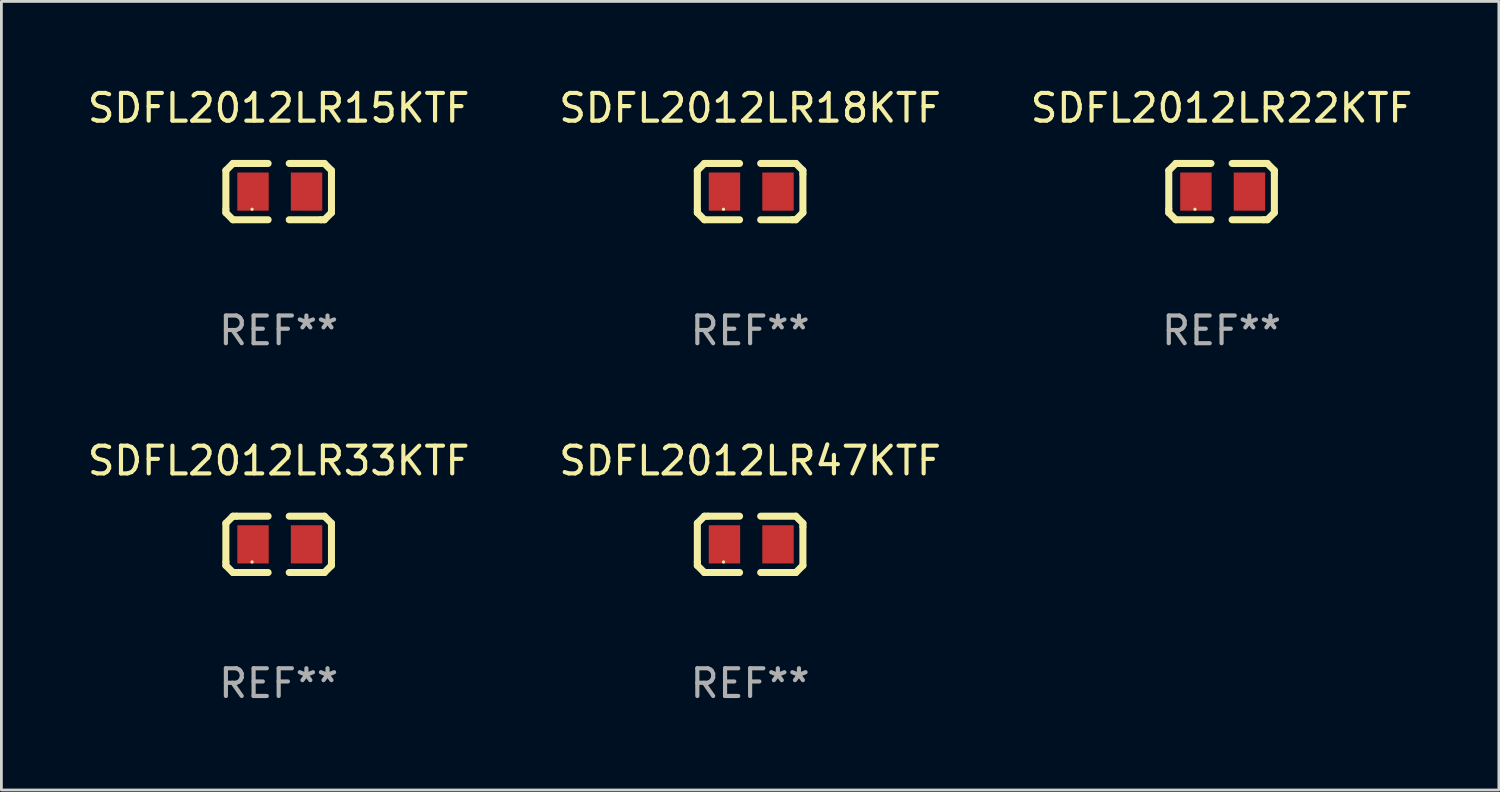
<source format=kicad_pcb>
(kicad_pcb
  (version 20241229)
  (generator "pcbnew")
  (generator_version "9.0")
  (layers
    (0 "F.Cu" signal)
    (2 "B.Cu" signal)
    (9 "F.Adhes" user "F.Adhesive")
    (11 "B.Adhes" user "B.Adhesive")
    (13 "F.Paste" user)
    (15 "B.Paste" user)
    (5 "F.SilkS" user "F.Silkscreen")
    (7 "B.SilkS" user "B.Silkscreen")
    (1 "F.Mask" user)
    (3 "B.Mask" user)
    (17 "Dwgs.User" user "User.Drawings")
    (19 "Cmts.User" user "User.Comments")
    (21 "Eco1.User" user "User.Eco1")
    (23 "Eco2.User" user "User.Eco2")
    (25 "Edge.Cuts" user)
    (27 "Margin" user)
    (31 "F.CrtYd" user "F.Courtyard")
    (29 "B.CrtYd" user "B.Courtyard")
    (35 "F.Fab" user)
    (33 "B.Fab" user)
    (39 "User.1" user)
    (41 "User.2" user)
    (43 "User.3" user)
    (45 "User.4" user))
  (footprint "SDFL2012LR18KTF"
    (layer "F.Cu")
    (at 24.018 3.864)
    (property "Reference" "SDFL2012LR18KTF" (at 0 -3.016 0) (layer "F.SilkS") (effects (font (size 1 1) (thickness 0.15))))
    (attr through_hole)
    (fp_line (start -1.905 -0.762) (end -1.905 0.635) (stroke (width 0.254) (type solid)) (layer "F.SilkS"))
    (fp_line (start -1.905 0.635) (end -1.905 0.762) (stroke (width 0.254) (type solid)) (layer "F.SilkS"))
    (fp_line (start -1.905 0.762) (end -1.651 1.016) (stroke (width 0.254) (type solid)) (layer "F.SilkS"))
    (fp_line (start -1.651 -1.016) (end -1.905 -0.762) (stroke (width 0.254) (type solid)) (layer "F.SilkS"))
    (fp_line (start -1.651 1.016) (end -0.381 1.016) (stroke (width 0.254) (type solid)) (layer "F.SilkS"))
    (fp_line (start -1.524 -1.016) (end -1.651 -1.016) (stroke (width 0.254) (type solid)) (layer "F.SilkS"))
    (fp_line (start -0.381 -1.016) (end -1.524 -1.016) (stroke (width 0.254) (type solid)) (layer "F.SilkS"))
    (fp_line (start 0.381 1.016) (end 1.524 1.016) (stroke (width 0.254) (type solid)) (layer "F.SilkS"))
    (fp_line (start 1.524 1.016) (end 1.651 1.016) (stroke (width 0.254) (type solid)) (layer "F.SilkS"))
    (fp_line (start 1.651 -1.016) (end 0.381 -1.016) (stroke (width 0.254) (type solid)) (layer "F.SilkS"))
    (fp_line (start 1.651 1.016) (end 1.905 0.762) (stroke (width 0.254) (type solid)) (layer "F.SilkS"))
    (fp_line (start 1.905 -0.762) (end 1.651 -1.016) (stroke (width 0.254) (type solid)) (layer "F.SilkS"))
    (fp_line (start 1.905 -0.635) (end 1.905 -0.762) (stroke (width 0.254) (type solid)) (layer "F.SilkS"))
    (fp_line (start 1.905 0.762) (end 1.905 -0.635) (stroke (width 0.254) (type solid)) (layer "F.SilkS"))
    (fp_circle (center -0.96 0.637) (end -0.93 0.637) (stroke (width 0.06) (type solid)) (fill no) (layer "F.SilkS"))
    (fp_text user "REF**" (at 0 5.016 0) (layer "F.Fab") (effects (font (size 1 1) (thickness 0.15))))
    (pad "1" smd rect (at -0.926 -0.000051) (size 1.133 1.377) (layers "F.Cu" "F.Mask" "F.Paste"))
    (pad "2" smd rect (at 1.006 -0.000051) (size 1.133 1.377) (layers "F.Cu" "F.Mask" "F.Paste")))
  (footprint "SDFL2012LR15KTF"
    (layer "F.Cu")
    (at 7.006 3.864)
    (property "Reference" "SDFL2012LR15KTF" (at 0 -3.016 0) (layer "F.SilkS") (effects (font (size 1 1) (thickness 0.15))))
    (attr through_hole)
    (fp_line (start -1.905 -0.762) (end -1.905 0.635) (stroke (width 0.254) (type solid)) (layer "F.SilkS"))
    (fp_line (start -1.905 0.635) (end -1.905 0.762) (stroke (width 0.254) (type solid)) (layer "F.SilkS"))
    (fp_line (start -1.905 0.762) (end -1.651 1.016) (stroke (width 0.254) (type solid)) (layer "F.SilkS"))
    (fp_line (start -1.651 -1.016) (end -1.905 -0.762) (stroke (width 0.254) (type solid)) (layer "F.SilkS"))
    (fp_line (start -1.651 1.016) (end -0.381 1.016) (stroke (width 0.254) (type solid)) (layer "F.SilkS"))
    (fp_line (start -1.524 -1.016) (end -1.651 -1.016) (stroke (width 0.254) (type solid)) (layer "F.SilkS"))
    (fp_line (start -0.381 -1.016) (end -1.524 -1.016) (stroke (width 0.254) (type solid)) (layer "F.SilkS"))
    (fp_line (start 0.381 1.016) (end 1.524 1.016) (stroke (width 0.254) (type solid)) (layer "F.SilkS"))
    (fp_line (start 1.524 1.016) (end 1.651 1.016) (stroke (width 0.254) (type solid)) (layer "F.SilkS"))
    (fp_line (start 1.651 -1.016) (end 0.381 -1.016) (stroke (width 0.254) (type solid)) (layer "F.SilkS"))
    (fp_line (start 1.651 1.016) (end 1.905 0.762) (stroke (width 0.254) (type solid)) (layer "F.SilkS"))
    (fp_line (start 1.905 -0.762) (end 1.651 -1.016) (stroke (width 0.254) (type solid)) (layer "F.SilkS"))
    (fp_line (start 1.905 -0.635) (end 1.905 -0.762) (stroke (width 0.254) (type solid)) (layer "F.SilkS"))
    (fp_line (start 1.905 0.762) (end 1.905 -0.635) (stroke (width 0.254) (type solid)) (layer "F.SilkS"))
    (fp_circle (center -0.96 0.637) (end -0.93 0.637) (stroke (width 0.06) (type solid)) (fill no) (layer "F.SilkS"))
    (fp_text user "REF**" (at 0 5.016 0) (layer "F.Fab") (effects (font (size 1 1) (thickness 0.15))))
    (pad "1" smd rect (at -0.926 -0.000051) (size 1.133 1.377) (layers "F.Cu" "F.Mask" "F.Paste"))
    (pad "2" smd rect (at 1.006 -0.000051) (size 1.133 1.377) (layers "F.Cu" "F.Mask" "F.Paste")))
  (footprint "SDFL2012LR47KTF"
    (layer "F.Cu")
    (at 24.018 16.593)
    (property "Reference" "SDFL2012LR47KTF" (at 0 -3.016 0) (layer "F.SilkS") (effects (font (size 1 1) (thickness 0.15))))
    (attr through_hole)
    (fp_line (start -1.905 -0.762) (end -1.905 0.635) (stroke (width 0.254) (type solid)) (layer "F.SilkS"))
    (fp_line (start -1.905 0.635) (end -1.905 0.762) (stroke (width 0.254) (type solid)) (layer "F.SilkS"))
    (fp_line (start -1.905 0.762) (end -1.651 1.016) (stroke (width 0.254) (type solid)) (layer "F.SilkS"))
    (fp_line (start -1.651 -1.016) (end -1.905 -0.762) (stroke (width 0.254) (type solid)) (layer "F.SilkS"))
    (fp_line (start -1.651 1.016) (end -0.381 1.016) (stroke (width 0.254) (type solid)) (layer "F.SilkS"))
    (fp_line (start -1.524 -1.016) (end -1.651 -1.016) (stroke (width 0.254) (type solid)) (layer "F.SilkS"))
    (fp_line (start -0.381 -1.016) (end -1.524 -1.016) (stroke (width 0.254) (type solid)) (layer "F.SilkS"))
    (fp_line (start 0.381 1.016) (end 1.524 1.016) (stroke (width 0.254) (type solid)) (layer "F.SilkS"))
    (fp_line (start 1.524 1.016) (end 1.651 1.016) (stroke (width 0.254) (type solid)) (layer "F.SilkS"))
    (fp_line (start 1.651 -1.016) (end 0.381 -1.016) (stroke (width 0.254) (type solid)) (layer "F.SilkS"))
    (fp_line (start 1.651 1.016) (end 1.905 0.762) (stroke (width 0.254) (type solid)) (layer "F.SilkS"))
    (fp_line (start 1.905 -0.762) (end 1.651 -1.016) (stroke (width 0.254) (type solid)) (layer "F.SilkS"))
    (fp_line (start 1.905 -0.635) (end 1.905 -0.762) (stroke (width 0.254) (type solid)) (layer "F.SilkS"))
    (fp_line (start 1.905 0.762) (end 1.905 -0.635) (stroke (width 0.254) (type solid)) (layer "F.SilkS"))
    (fp_circle (center -0.96 0.637) (end -0.93 0.637) (stroke (width 0.06) (type solid)) (fill no) (layer "F.SilkS"))
    (fp_text user "REF**" (at 0 5.016 0) (layer "F.Fab") (effects (font (size 1 1) (thickness 0.15))))
    (pad "1" smd rect (at -0.926 -0.000051) (size 1.133 1.377) (layers "F.Cu" "F.Mask" "F.Paste"))
    (pad "2" smd rect (at 1.006 -0.000051) (size 1.133 1.377) (layers "F.Cu" "F.Mask" "F.Paste")))
  (footprint "SDFL2012LR33KTF"
    (layer "F.Cu")
    (at 7.006 16.593)
    (property "Reference" "SDFL2012LR33KTF" (at 0 -3.016 0) (layer "F.SilkS") (effects (font (size 1 1) (thickness 0.15))))
    (attr through_hole)
    (fp_line (start -1.905 -0.762) (end -1.905 0.635) (stroke (width 0.254) (type solid)) (layer "F.SilkS"))
    (fp_line (start -1.905 0.635) (end -1.905 0.762) (stroke (width 0.254) (type solid)) (layer "F.SilkS"))
    (fp_line (start -1.905 0.762) (end -1.651 1.016) (stroke (width 0.254) (type solid)) (layer "F.SilkS"))
    (fp_line (start -1.651 -1.016) (end -1.905 -0.762) (stroke (width 0.254) (type solid)) (layer "F.SilkS"))
    (fp_line (start -1.651 1.016) (end -0.381 1.016) (stroke (width 0.254) (type solid)) (layer "F.SilkS"))
    (fp_line (start -1.524 -1.016) (end -1.651 -1.016) (stroke (width 0.254) (type solid)) (layer "F.SilkS"))
    (fp_line (start -0.381 -1.016) (end -1.524 -1.016) (stroke (width 0.254) (type solid)) (layer "F.SilkS"))
    (fp_line (start 0.381 1.016) (end 1.524 1.016) (stroke (width 0.254) (type solid)) (layer "F.SilkS"))
    (fp_line (start 1.524 1.016) (end 1.651 1.016) (stroke (width 0.254) (type solid)) (layer "F.SilkS"))
    (fp_line (start 1.651 -1.016) (end 0.381 -1.016) (stroke (width 0.254) (type solid)) (layer "F.SilkS"))
    (fp_line (start 1.651 1.016) (end 1.905 0.762) (stroke (width 0.254) (type solid)) (layer "F.SilkS"))
    (fp_line (start 1.905 -0.762) (end 1.651 -1.016) (stroke (width 0.254) (type solid)) (layer "F.SilkS"))
    (fp_line (start 1.905 -0.635) (end 1.905 -0.762) (stroke (width 0.254) (type solid)) (layer "F.SilkS"))
    (fp_line (start 1.905 0.762) (end 1.905 -0.635) (stroke (width 0.254) (type solid)) (layer "F.SilkS"))
    (fp_circle (center -0.96 0.637) (end -0.93 0.637) (stroke (width 0.06) (type solid)) (fill no) (layer "F.SilkS"))
    (fp_text user "REF**" (at 0 5.016 0) (layer "F.Fab") (effects (font (size 1 1) (thickness 0.15))))
    (pad "1" smd rect (at -0.926 -0.000051) (size 1.133 1.377) (layers "F.Cu" "F.Mask" "F.Paste"))
    (pad "2" smd rect (at 1.006 -0.000051) (size 1.133 1.377) (layers "F.Cu" "F.Mask" "F.Paste")))
  (footprint "SDFL2012LR22KTF"
    (layer "F.Cu")
    (at 41.03 3.864)
    (property "Reference" "SDFL2012LR22KTF" (at 0 -3.016 0) (layer "F.SilkS") (effects (font (size 1 1) (thickness 0.15))))
    (attr through_hole)
    (fp_line (start -1.905 -0.762) (end -1.905 0.635) (stroke (width 0.254) (type solid)) (layer "F.SilkS"))
    (fp_line (start -1.905 0.635) (end -1.905 0.762) (stroke (width 0.254) (type solid)) (layer "F.SilkS"))
    (fp_line (start -1.905 0.762) (end -1.651 1.016) (stroke (width 0.254) (type solid)) (layer "F.SilkS"))
    (fp_line (start -1.651 -1.016) (end -1.905 -0.762) (stroke (width 0.254) (type solid)) (layer "F.SilkS"))
    (fp_line (start -1.651 1.016) (end -0.381 1.016) (stroke (width 0.254) (type solid)) (layer "F.SilkS"))
    (fp_line (start -1.524 -1.016) (end -1.651 -1.016) (stroke (width 0.254) (type solid)) (layer "F.SilkS"))
    (fp_line (start -0.381 -1.016) (end -1.524 -1.016) (stroke (width 0.254) (type solid)) (layer "F.SilkS"))
    (fp_line (start 0.381 1.016) (end 1.524 1.016) (stroke (width 0.254) (type solid)) (layer "F.SilkS"))
    (fp_line (start 1.524 1.016) (end 1.651 1.016) (stroke (width 0.254) (type solid)) (layer "F.SilkS"))
    (fp_line (start 1.651 -1.016) (end 0.381 -1.016) (stroke (width 0.254) (type solid)) (layer "F.SilkS"))
    (fp_line (start 1.651 1.016) (end 1.905 0.762) (stroke (width 0.254) (type solid)) (layer "F.SilkS"))
    (fp_line (start 1.905 -0.762) (end 1.651 -1.016) (stroke (width 0.254) (type solid)) (layer "F.SilkS"))
    (fp_line (start 1.905 -0.635) (end 1.905 -0.762) (stroke (width 0.254) (type solid)) (layer "F.SilkS"))
    (fp_line (start 1.905 0.762) (end 1.905 -0.635) (stroke (width 0.254) (type solid)) (layer "F.SilkS"))
    (fp_circle (center -0.96 0.637) (end -0.93 0.637) (stroke (width 0.06) (type solid)) (fill no) (layer "F.SilkS"))
    (fp_text user "REF**" (at 0 5.016 0) (layer "F.Fab") (effects (font (size 1 1) (thickness 0.15))))
    (pad "1" smd rect (at -0.926 -0.000051) (size 1.133 1.377) (layers "F.Cu" "F.Mask" "F.Paste"))
    (pad "2" smd rect (at 1.006 -0.000051) (size 1.133 1.377) (layers "F.Cu" "F.Mask" "F.Paste")))
  (gr_rect
    (start -3 -3)
    (end 51.036 25.457)
    (stroke (width 0.1) (type default))
    (fill no)
    (layer "Edge.Cuts")))
</source>
